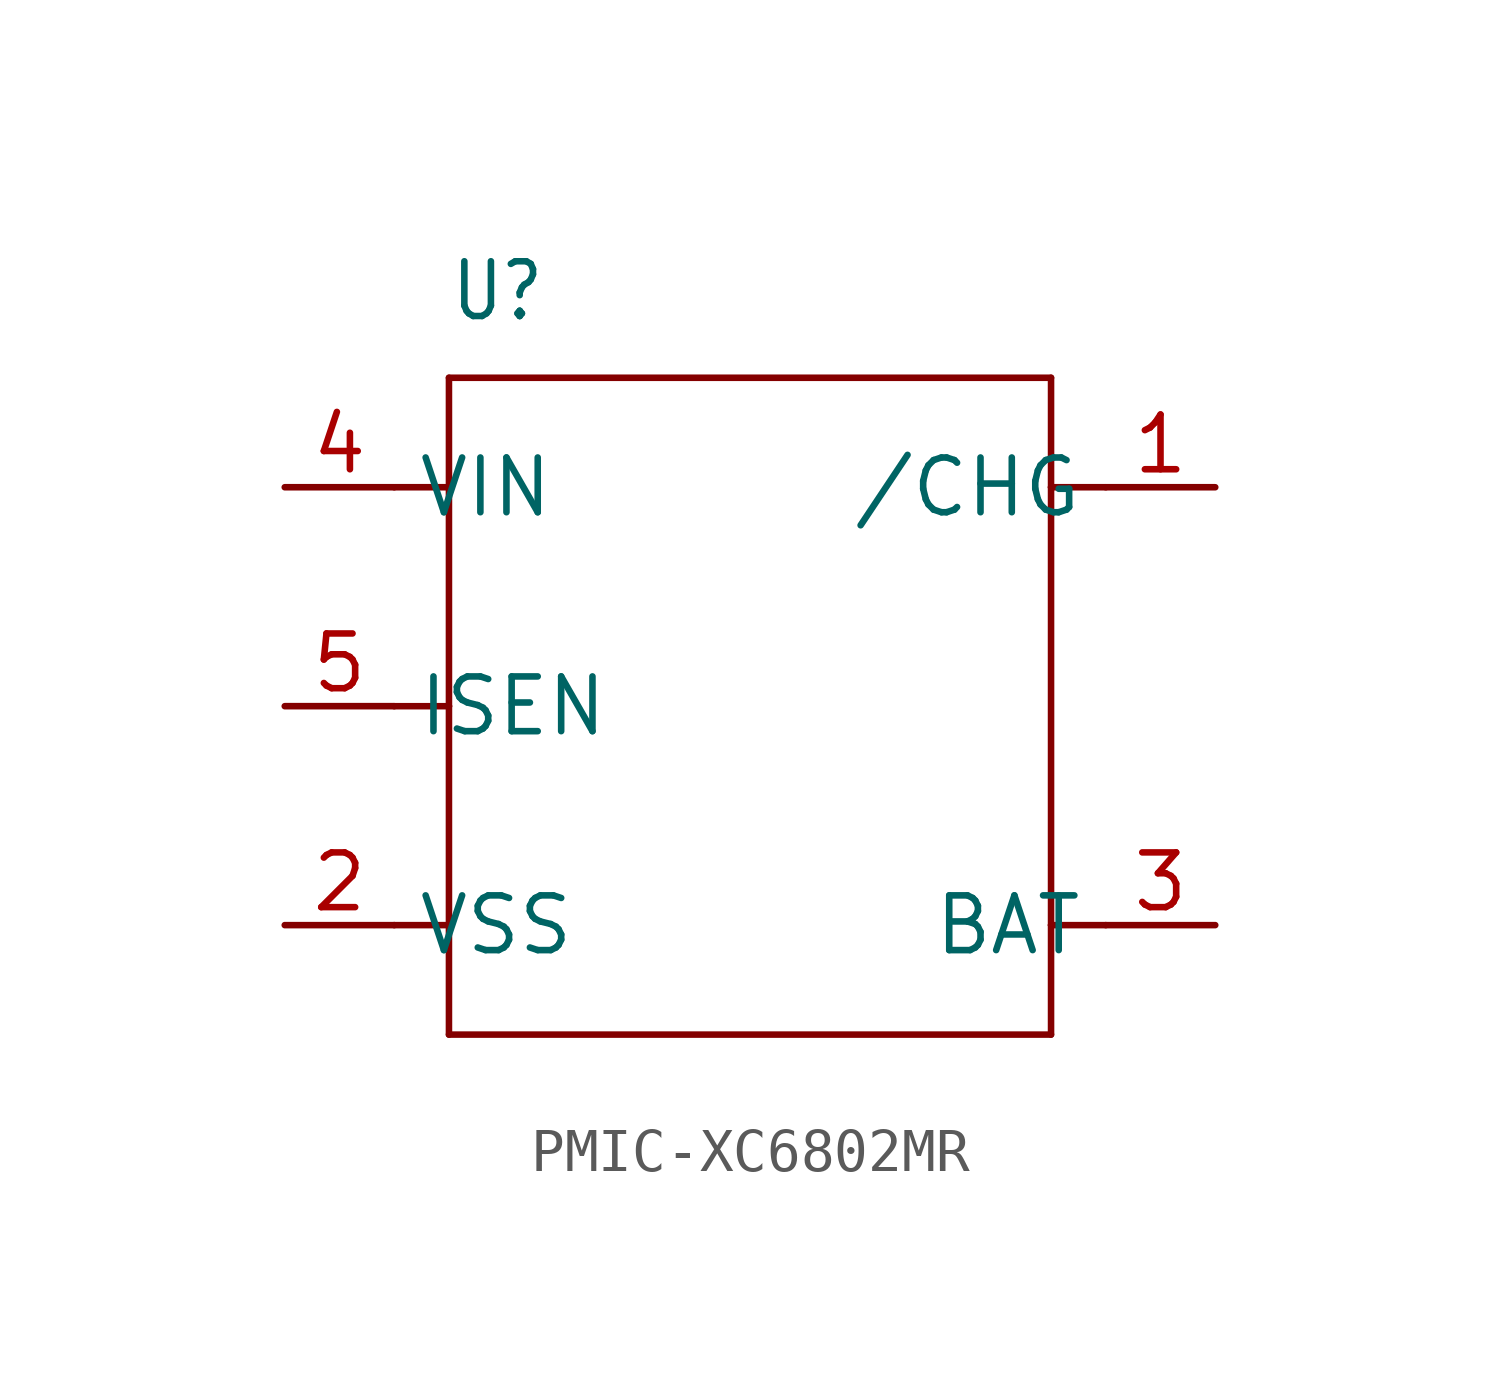
<source format=kicad_sym>
(kicad_symbol_lib
  (version 20231120)
  (generator "kicad_symbol_editor")
  (generator_version "8.0")
  (symbol "PMIC-XC6802MR"
    (property "Reference" "U"
      (at -7.62 8.89 0)
      (effects (font (size 1.27 1.079)) (justify left bottom)))
    (property "Value" ""
      (at -7.62 7.62 0)
      (effects (font (size 1.27 1.079)) (justify left bottom)))
    (property "ki_locked" ""
      (at 0 0 0)
      (effects (font (size 1.27 1.27))))
    (symbol "PMIC-XC6802MR_1_0"
      (polyline (pts (xy -8.89 -5.08) (xy -7.62 -5.08)) (stroke (width 0.152) (type solid)) (fill (type none)))
      (polyline (pts (xy -8.89 0) (xy -7.62 0)) (stroke (width 0.152) (type solid)) (fill (type none)))
      (polyline (pts (xy -8.89 5.08) (xy -7.62 5.08)) (stroke (width 0.152) (type solid)) (fill (type none)))
      (polyline (pts (xy -7.62 -7.62) (xy -7.62 -5.08)) (stroke (width 0.152) (type solid)) (fill (type none)))
      (polyline (pts (xy -7.62 -5.08) (xy -7.62 0)) (stroke (width 0.152) (type solid)) (fill (type none)))
      (polyline (pts (xy -7.62 0) (xy -7.62 5.08)) (stroke (width 0.152) (type solid)) (fill (type none)))
      (polyline (pts (xy -7.62 5.08) (xy -7.62 7.62)) (stroke (width 0.152) (type solid)) (fill (type none)))
      (polyline (pts (xy -7.62 7.62) (xy 6.35 7.62)) (stroke (width 0.152) (type solid)) (fill (type none)))
      (polyline (pts (xy 6.35 -7.62) (xy -7.62 -7.62)) (stroke (width 0.152) (type solid)) (fill (type none)))
      (polyline (pts (xy 6.35 -5.08) (xy 6.35 -7.62)) (stroke (width 0.152) (type solid)) (fill (type none)))
      (polyline (pts (xy 6.35 5.08) (xy 6.35 -5.08)) (stroke (width 0.152) (type solid)) (fill (type none)))
      (polyline (pts (xy 6.35 7.62) (xy 6.35 5.08)) (stroke (width 0.152) (type solid)) (fill (type none)))
      (polyline (pts (xy 7.62 -5.08) (xy 6.35 -5.08)) (stroke (width 0.152) (type solid)) (fill (type none)))
      (polyline (pts (xy 7.62 5.08) (xy 6.35 5.08)) (stroke (width 0.152) (type solid)) (fill (type none)))
      (pin bidirectional line (at 10.16 5.08 180) (length 2.54) (name "/CHG" (effects (font (size 1.27 1.27)))) (number "1" (effects (font (size 1.27 1.27)))))
      (pin bidirectional line (at -11.43 -5.08 0) (length 2.54) (name "VSS" (effects (font (size 1.27 1.27)))) (number "2" (effects (font (size 1.27 1.27)))))
      (pin bidirectional line (at 10.16 -5.08 180) (length 2.54) (name "BAT" (effects (font (size 1.27 1.27)))) (number "3" (effects (font (size 1.27 1.27)))))
      (pin bidirectional line (at -11.43 5.08 0) (length 2.54) (name "VIN" (effects (font (size 1.27 1.27)))) (number "4" (effects (font (size 1.27 1.27)))))
      (pin bidirectional line (at -11.43 0 0) (length 2.54) (name "ISEN" (effects (font (size 1.27 1.27)))) (number "5" (effects (font (size 1.27 1.27))))))))
</source>
